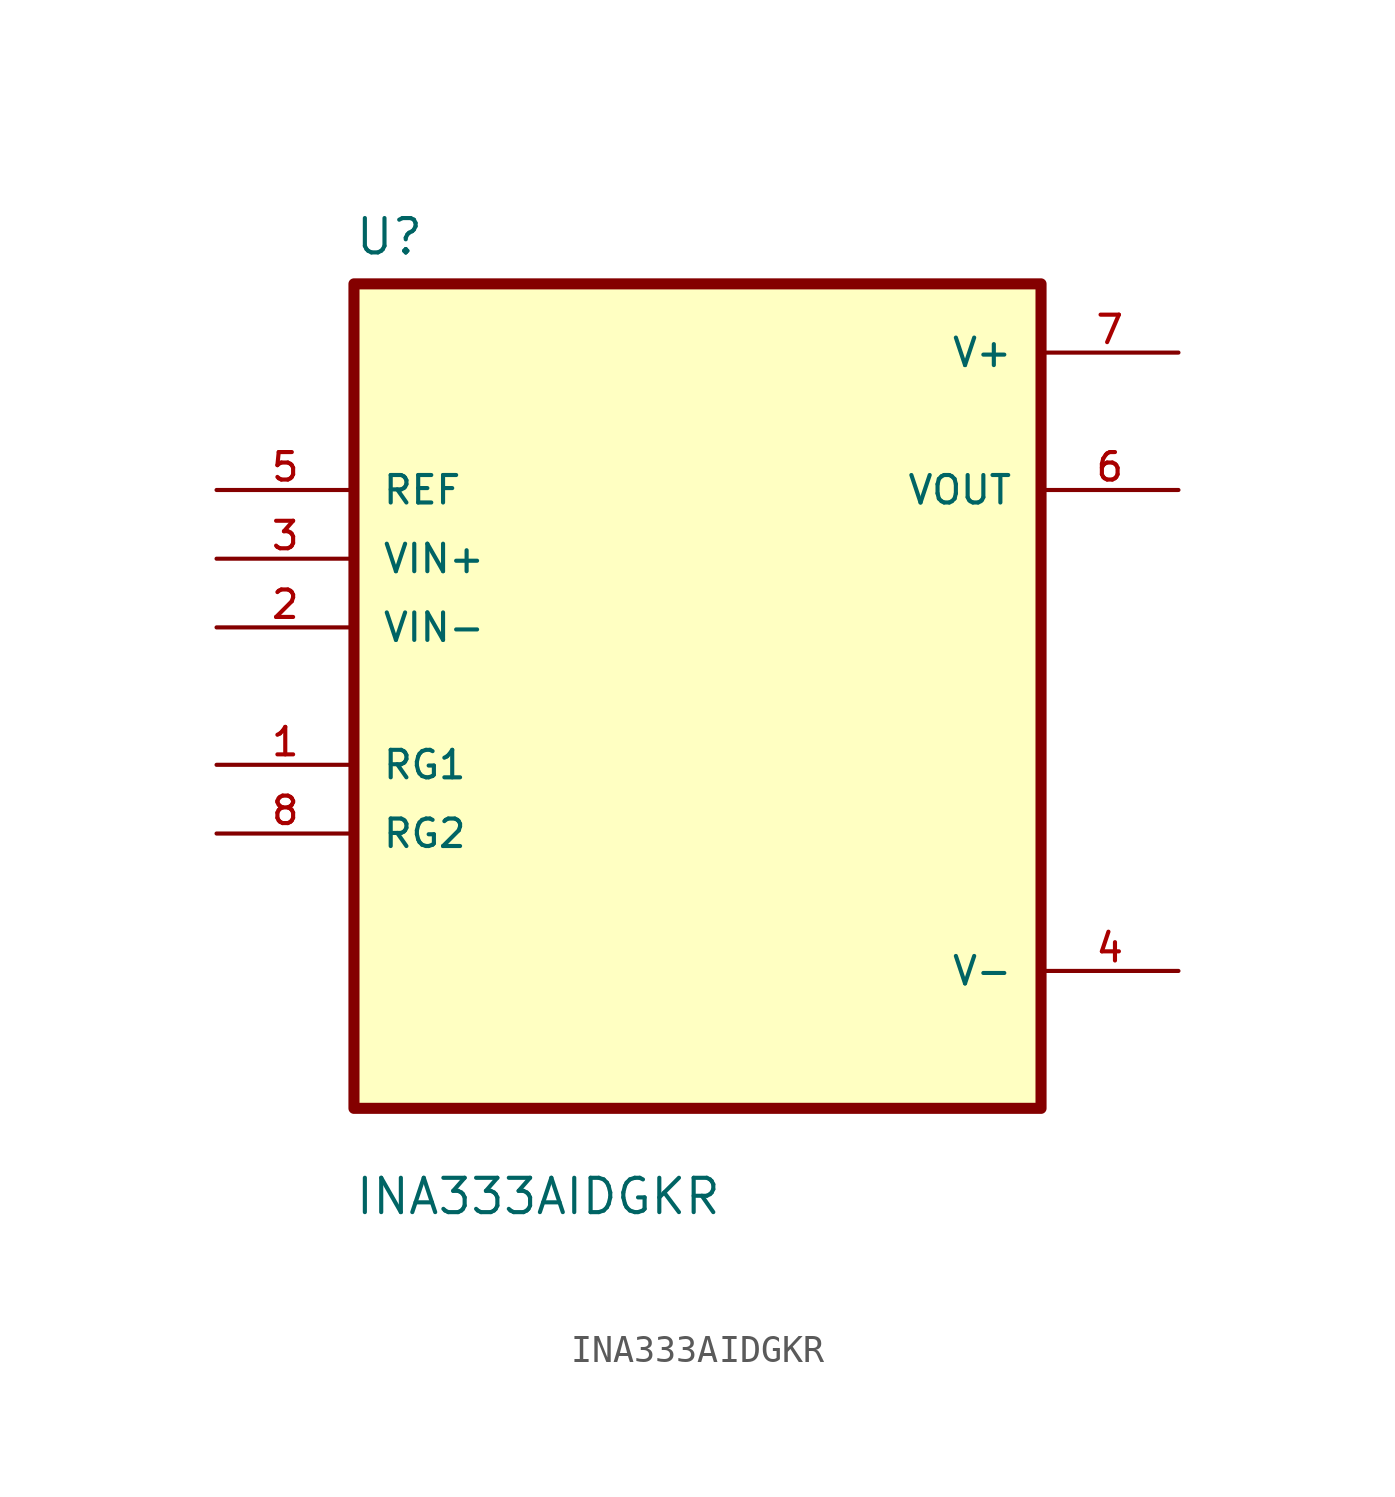
<source format=kicad_sym>
(kicad_symbol_lib
  (version 20211014)
  (generator kicad_symbol_editor)
  (symbol "INA333AIDGKR"
    (pin_names
      (offset 1.016))
    (property "Reference" "U"
      (at -12.7 16.24 0.0)
      (effects (font (size 1.27 1.27)) (justify bottom left)))
    (property "Value" "INA333AIDGKR"
      (at -12.7 -19.24 0.0)
      (effects (font (size 1.27 1.27)) (justify bottom left)))
    (symbol "INA333AIDGKR_0_0"
      (rectangle (start -12.7 -15.24) (end 12.7 15.24) (stroke (width 0.41)) (fill (type background)))
      (pin input line (at -17.78 7.62 0) (length 5.08) (name "REF" (effects (font (size 1.016 1.016)))) (number "5" (effects (font (size 1.016 1.016)))))
      (pin input line (at -17.78 5.08 0) (length 5.08) (name "VIN+" (effects (font (size 1.016 1.016)))) (number "3" (effects (font (size 1.016 1.016)))))
      (pin input line (at -17.78 2.54 0) (length 5.08) (name "VIN-" (effects (font (size 1.016 1.016)))) (number "2" (effects (font (size 1.016 1.016)))))
      (pin bidirectional line (at -17.78 -2.54 0) (length 5.08) (name "RG1" (effects (font (size 1.016 1.016)))) (number "1" (effects (font (size 1.016 1.016)))))
      (pin bidirectional line (at -17.78 -5.08 0) (length 5.08) (name "RG2" (effects (font (size 1.016 1.016)))) (number "8" (effects (font (size 1.016 1.016)))))
      (pin power_in line (at 17.78 12.7 180.0) (length 5.08) (name "V+" (effects (font (size 1.016 1.016)))) (number "7" (effects (font (size 1.016 1.016)))))
      (pin output line (at 17.78 7.62 180.0) (length 5.08) (name "VOUT" (effects (font (size 1.016 1.016)))) (number "6" (effects (font (size 1.016 1.016)))))
      (pin power_in line (at 17.78 -10.16 180.0) (length 5.08) (name "V-" (effects (font (size 1.016 1.016)))) (number "4" (effects (font (size 1.016 1.016))))))))
</source>
